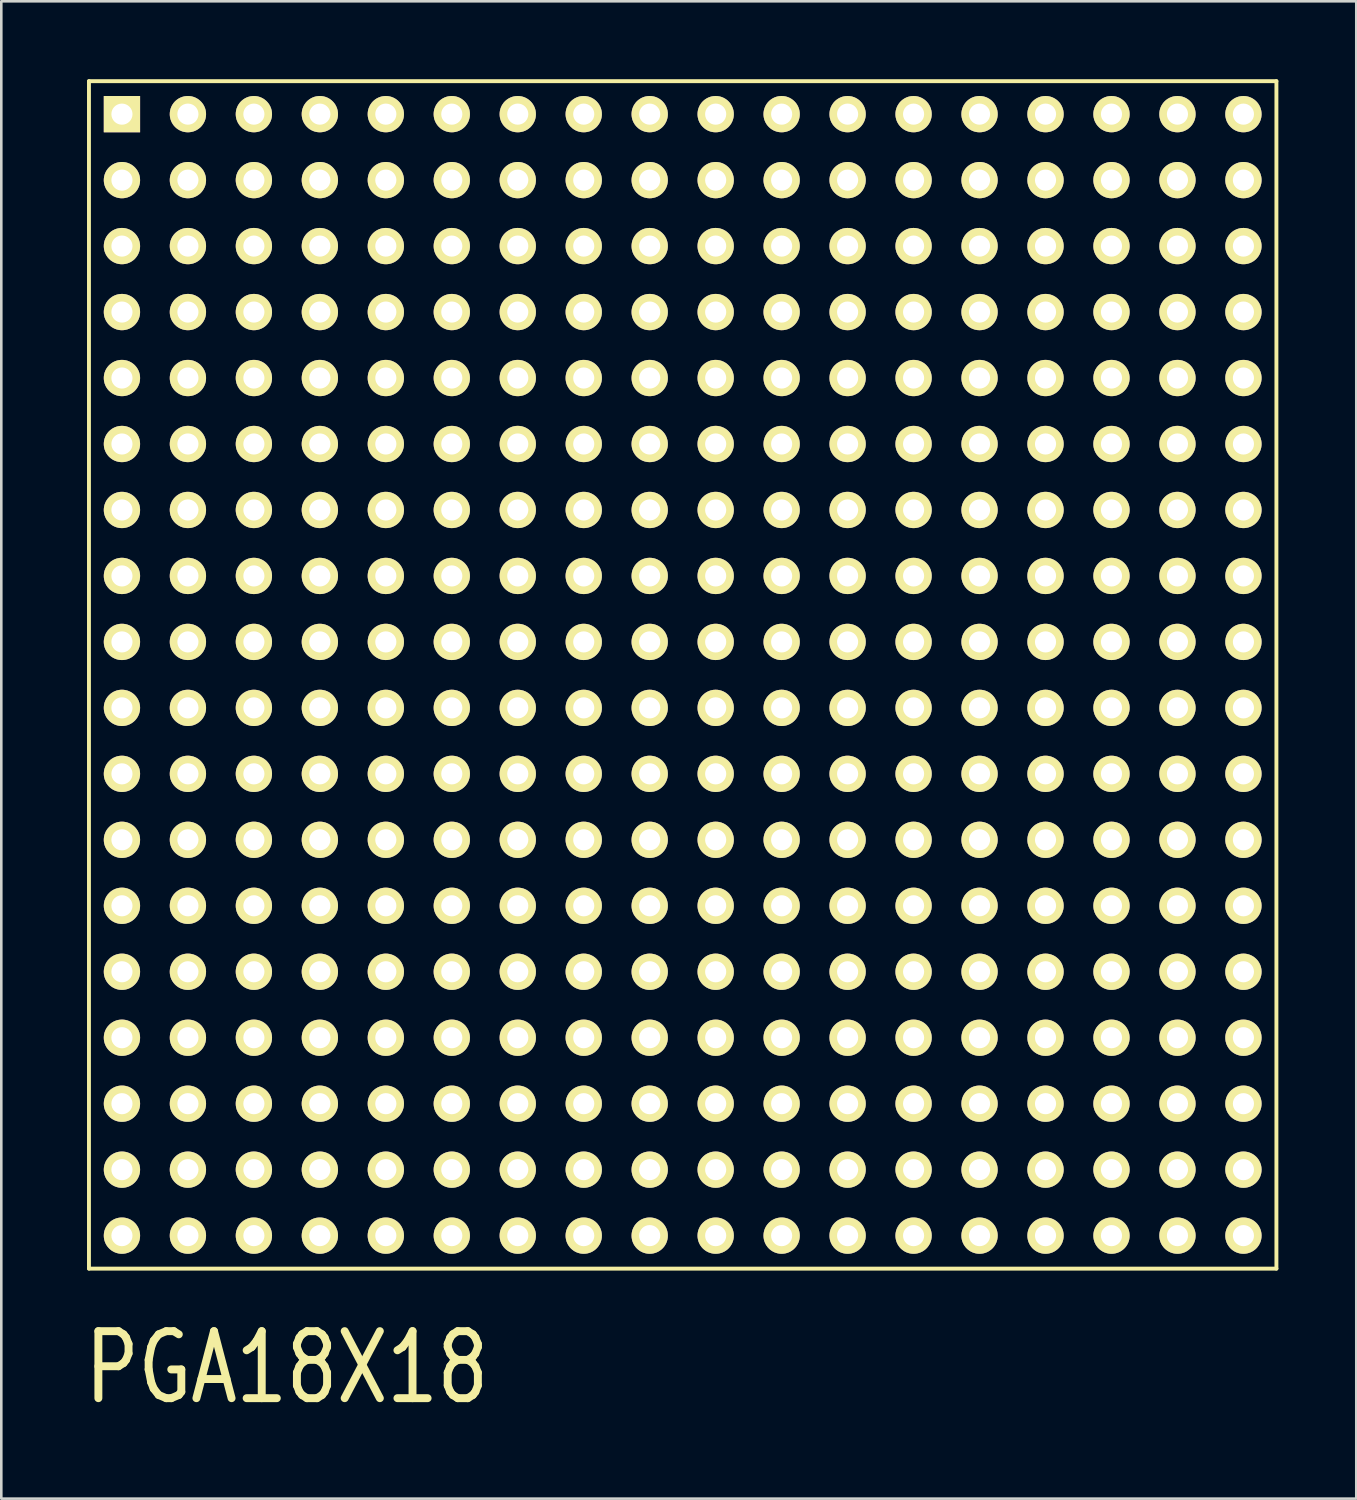
<source format=kicad_pcb>
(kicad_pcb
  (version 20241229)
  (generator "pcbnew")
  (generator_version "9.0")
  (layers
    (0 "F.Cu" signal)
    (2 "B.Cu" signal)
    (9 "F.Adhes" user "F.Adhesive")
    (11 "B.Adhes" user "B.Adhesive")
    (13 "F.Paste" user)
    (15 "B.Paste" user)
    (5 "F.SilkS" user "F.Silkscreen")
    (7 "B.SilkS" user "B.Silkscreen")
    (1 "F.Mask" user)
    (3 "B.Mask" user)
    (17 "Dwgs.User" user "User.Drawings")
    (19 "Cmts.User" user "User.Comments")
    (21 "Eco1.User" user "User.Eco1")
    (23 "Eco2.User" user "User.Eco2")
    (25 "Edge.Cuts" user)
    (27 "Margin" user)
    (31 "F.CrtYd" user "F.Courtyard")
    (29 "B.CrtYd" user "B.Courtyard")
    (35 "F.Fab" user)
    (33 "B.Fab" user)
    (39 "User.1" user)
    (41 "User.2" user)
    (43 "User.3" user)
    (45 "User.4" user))
  (footprint "PGA18X18"
    (layer "F.Cu")
    (at 23.235 22.935)
    (property "Reference" "PGA18X18" (at -15.24 26.67 0) (layer "F.SilkS") (effects (font (size 2.581 2.032) (thickness 0.305))))
    (attr through_hole)
    (fp_line (start -22.86 -22.86) (end 22.86 -22.86) (stroke (width 0.15) (type solid)) (layer "F.SilkS"))
    (fp_line (start -22.86 22.86) (end -22.86 -22.86) (stroke (width 0.15) (type solid)) (layer "F.SilkS"))
    (fp_line (start 22.86 -22.86) (end 22.86 22.86) (stroke (width 0.15) (type solid)) (layer "F.SilkS"))
    (fp_line (start 22.86 22.86) (end -22.86 22.86) (stroke (width 0.15) (type solid)) (layer "F.SilkS"))
    (pad "A1" thru_hole rect (at -21.59 -21.59) (size 1.397 1.397) (drill 0.813) (layers "*.Cu" "*.Mask" "F.SilkS"))
    (pad "A2" thru_hole circle (at -19.05 -21.59) (size 1.397 1.397) (drill 0.813) (layers "*.Cu" "*.Mask" "F.SilkS"))
    (pad "A3" thru_hole circle (at -16.51 -21.59) (size 1.397 1.397) (drill 0.813) (layers "*.Cu" "*.Mask" "F.SilkS"))
    (pad "A4" thru_hole circle (at -13.97 -21.59) (size 1.397 1.397) (drill 0.813) (layers "*.Cu" "*.Mask" "F.SilkS"))
    (pad "A5" thru_hole circle (at -11.43 -21.59) (size 1.397 1.397) (drill 0.813) (layers "*.Cu" "*.Mask" "F.SilkS"))
    (pad "A6" thru_hole circle (at -8.89 -21.59) (size 1.397 1.397) (drill 0.813) (layers "*.Cu" "*.Mask" "F.SilkS"))
    (pad "A7" thru_hole circle (at -6.35 -21.59) (size 1.397 1.397) (drill 0.813) (layers "*.Cu" "*.Mask" "F.SilkS"))
    (pad "A8" thru_hole circle (at -3.81 -21.59) (size 1.397 1.397) (drill 0.813) (layers "*.Cu" "*.Mask" "F.SilkS"))
    (pad "A9" thru_hole circle (at -1.27 -21.59) (size 1.397 1.397) (drill 0.813) (layers "*.Cu" "*.Mask" "F.SilkS"))
    (pad "A10" thru_hole circle (at 1.27 -21.59) (size 1.397 1.397) (drill 0.813) (layers "*.Cu" "*.Mask" "F.SilkS"))
    (pad "A11" thru_hole circle (at 3.81 -21.59) (size 1.397 1.397) (drill 0.813) (layers "*.Cu" "*.Mask" "F.SilkS"))
    (pad "A12" thru_hole circle (at 6.35 -21.59) (size 1.397 1.397) (drill 0.813) (layers "*.Cu" "*.Mask" "F.SilkS"))
    (pad "A13" thru_hole circle (at 8.89 -21.59) (size 1.397 1.397) (drill 0.813) (layers "*.Cu" "*.Mask" "F.SilkS"))
    (pad "A14" thru_hole circle (at 11.43 -21.59) (size 1.397 1.397) (drill 0.813) (layers "*.Cu" "*.Mask" "F.SilkS"))
    (pad "A15" thru_hole circle (at 13.97 -21.59) (size 1.397 1.397) (drill 0.813) (layers "*.Cu" "*.Mask" "F.SilkS"))
    (pad "A16" thru_hole circle (at 16.51 -21.59) (size 1.397 1.397) (drill 0.813) (layers "*.Cu" "*.Mask" "F.SilkS"))
    (pad "A17" thru_hole circle (at 19.05 -21.59) (size 1.397 1.397) (drill 0.813) (layers "*.Cu" "*.Mask" "F.SilkS"))
    (pad "A18" thru_hole circle (at 21.59 -21.59) (size 1.397 1.397) (drill 0.813) (layers "*.Cu" "*.Mask" "F.SilkS"))
    (pad "B1" thru_hole circle (at -21.59 -19.05) (size 1.397 1.397) (drill 0.813) (layers "*.Cu" "*.Mask" "F.SilkS"))
    (pad "B2" thru_hole circle (at -19.05 -19.05) (size 1.397 1.397) (drill 0.813) (layers "*.Cu" "*.Mask" "F.SilkS"))
    (pad "B3" thru_hole circle (at -16.51 -19.05) (size 1.397 1.397) (drill 0.813) (layers "*.Cu" "*.Mask" "F.SilkS"))
    (pad "B4" thru_hole circle (at -13.97 -19.05) (size 1.397 1.397) (drill 0.813) (layers "*.Cu" "*.Mask" "F.SilkS"))
    (pad "B5" thru_hole circle (at -11.43 -19.05) (size 1.397 1.397) (drill 0.813) (layers "*.Cu" "*.Mask" "F.SilkS"))
    (pad "B6" thru_hole circle (at -8.89 -19.05) (size 1.397 1.397) (drill 0.813) (layers "*.Cu" "*.Mask" "F.SilkS"))
    (pad "B7" thru_hole circle (at -6.35 -19.05) (size 1.397 1.397) (drill 0.813) (layers "*.Cu" "*.Mask" "F.SilkS"))
    (pad "B8" thru_hole circle (at -3.81 -19.05) (size 1.397 1.397) (drill 0.813) (layers "*.Cu" "*.Mask" "F.SilkS"))
    (pad "B9" thru_hole circle (at -1.27 -19.05) (size 1.397 1.397) (drill 0.813) (layers "*.Cu" "*.Mask" "F.SilkS"))
    (pad "B10" thru_hole circle (at 1.27 -19.05) (size 1.397 1.397) (drill 0.813) (layers "*.Cu" "*.Mask" "F.SilkS"))
    (pad "B11" thru_hole circle (at 3.81 -19.05) (size 1.397 1.397) (drill 0.813) (layers "*.Cu" "*.Mask" "F.SilkS"))
    (pad "B12" thru_hole circle (at 6.35 -19.05) (size 1.397 1.397) (drill 0.813) (layers "*.Cu" "*.Mask" "F.SilkS"))
    (pad "B13" thru_hole circle (at 8.89 -19.05) (size 1.397 1.397) (drill 0.813) (layers "*.Cu" "*.Mask" "F.SilkS"))
    (pad "B14" thru_hole circle (at 11.43 -19.05) (size 1.397 1.397) (drill 0.813) (layers "*.Cu" "*.Mask" "F.SilkS"))
    (pad "B15" thru_hole circle (at 13.97 -19.05) (size 1.397 1.397) (drill 0.813) (layers "*.Cu" "*.Mask" "F.SilkS"))
    (pad "B16" thru_hole circle (at 16.51 -19.05) (size 1.397 1.397) (drill 0.813) (layers "*.Cu" "*.Mask" "F.SilkS"))
    (pad "B17" thru_hole circle (at 19.05 -19.05) (size 1.397 1.397) (drill 0.813) (layers "*.Cu" "*.Mask" "F.SilkS"))
    (pad "B18" thru_hole circle (at 21.59 -19.05) (size 1.397 1.397) (drill 0.813) (layers "*.Cu" "*.Mask" "F.SilkS"))
    (pad "C1" thru_hole circle (at -21.59 -16.51) (size 1.397 1.397) (drill 0.813) (layers "*.Cu" "*.Mask" "F.SilkS"))
    (pad "C2" thru_hole circle (at -19.05 -16.51) (size 1.397 1.397) (drill 0.813) (layers "*.Cu" "*.Mask" "F.SilkS"))
    (pad "C3" thru_hole circle (at -16.51 -16.51) (size 1.397 1.397) (drill 0.813) (layers "*.Cu" "*.Mask" "F.SilkS"))
    (pad "C4" thru_hole circle (at -13.97 -16.51) (size 1.397 1.397) (drill 0.813) (layers "*.Cu" "*.Mask" "F.SilkS"))
    (pad "C5" thru_hole circle (at -11.43 -16.51) (size 1.397 1.397) (drill 0.813) (layers "*.Cu" "*.Mask" "F.SilkS"))
    (pad "C6" thru_hole circle (at -8.89 -16.51) (size 1.397 1.397) (drill 0.813) (layers "*.Cu" "*.Mask" "F.SilkS"))
    (pad "C7" thru_hole circle (at -6.35 -16.51) (size 1.397 1.397) (drill 0.813) (layers "*.Cu" "*.Mask" "F.SilkS"))
    (pad "C8" thru_hole circle (at -3.81 -16.51) (size 1.397 1.397) (drill 0.813) (layers "*.Cu" "*.Mask" "F.SilkS"))
    (pad "C9" thru_hole circle (at -1.27 -16.51) (size 1.397 1.397) (drill 0.813) (layers "*.Cu" "*.Mask" "F.SilkS"))
    (pad "C10" thru_hole circle (at 1.27 -16.51) (size 1.397 1.397) (drill 0.813) (layers "*.Cu" "*.Mask" "F.SilkS"))
    (pad "C11" thru_hole circle (at 3.81 -16.51) (size 1.397 1.397) (drill 0.813) (layers "*.Cu" "*.Mask" "F.SilkS"))
    (pad "C12" thru_hole circle (at 6.35 -16.51) (size 1.397 1.397) (drill 0.813) (layers "*.Cu" "*.Mask" "F.SilkS"))
    (pad "C13" thru_hole circle (at 8.89 -16.51) (size 1.397 1.397) (drill 0.813) (layers "*.Cu" "*.Mask" "F.SilkS"))
    (pad "C14" thru_hole circle (at 11.43 -16.51) (size 1.397 1.397) (drill 0.813) (layers "*.Cu" "*.Mask" "F.SilkS"))
    (pad "C15" thru_hole circle (at 13.97 -16.51) (size 1.397 1.397) (drill 0.813) (layers "*.Cu" "*.Mask" "F.SilkS"))
    (pad "C16" thru_hole circle (at 16.51 -16.51) (size 1.397 1.397) (drill 0.813) (layers "*.Cu" "*.Mask" "F.SilkS"))
    (pad "C17" thru_hole circle (at 19.05 -16.51) (size 1.397 1.397) (drill 0.813) (layers "*.Cu" "*.Mask" "F.SilkS"))
    (pad "C18" thru_hole circle (at 21.59 -16.51) (size 1.397 1.397) (drill 0.813) (layers "*.Cu" "*.Mask" "F.SilkS"))
    (pad "D1" thru_hole circle (at -21.59 -13.97) (size 1.397 1.397) (drill 0.813) (layers "*.Cu" "*.Mask" "F.SilkS"))
    (pad "D2" thru_hole circle (at -19.05 -13.97) (size 1.397 1.397) (drill 0.813) (layers "*.Cu" "*.Mask" "F.SilkS"))
    (pad "D3" thru_hole circle (at -16.51 -13.97) (size 1.397 1.397) (drill 0.813) (layers "*.Cu" "*.Mask" "F.SilkS"))
    (pad "D4" thru_hole circle (at -13.97 -13.97) (size 1.397 1.397) (drill 0.813) (layers "*.Cu" "*.Mask" "F.SilkS"))
    (pad "D5" thru_hole circle (at -11.43 -13.97) (size 1.397 1.397) (drill 0.813) (layers "*.Cu" "*.Mask" "F.SilkS"))
    (pad "D6" thru_hole circle (at -8.89 -13.97) (size 1.397 1.397) (drill 0.813) (layers "*.Cu" "*.Mask" "F.SilkS"))
    (pad "D7" thru_hole circle (at -6.35 -13.97) (size 1.397 1.397) (drill 0.813) (layers "*.Cu" "*.Mask" "F.SilkS"))
    (pad "D8" thru_hole circle (at -3.81 -13.97) (size 1.397 1.397) (drill 0.813) (layers "*.Cu" "*.Mask" "F.SilkS"))
    (pad "D9" thru_hole circle (at -1.27 -13.97) (size 1.397 1.397) (drill 0.813) (layers "*.Cu" "*.Mask" "F.SilkS"))
    (pad "D10" thru_hole circle (at 1.27 -13.97) (size 1.397 1.397) (drill 0.813) (layers "*.Cu" "*.Mask" "F.SilkS"))
    (pad "D11" thru_hole circle (at 3.81 -13.97) (size 1.397 1.397) (drill 0.813) (layers "*.Cu" "*.Mask" "F.SilkS"))
    (pad "D12" thru_hole circle (at 6.35 -13.97) (size 1.397 1.397) (drill 0.813) (layers "*.Cu" "*.Mask" "F.SilkS"))
    (pad "D13" thru_hole circle (at 8.89 -13.97) (size 1.397 1.397) (drill 0.813) (layers "*.Cu" "*.Mask" "F.SilkS"))
    (pad "D14" thru_hole circle (at 11.43 -13.97) (size 1.397 1.397) (drill 0.813) (layers "*.Cu" "*.Mask" "F.SilkS"))
    (pad "D15" thru_hole circle (at 13.97 -13.97) (size 1.397 1.397) (drill 0.813) (layers "*.Cu" "*.Mask" "F.SilkS"))
    (pad "D16" thru_hole circle (at 16.51 -13.97) (size 1.397 1.397) (drill 0.813) (layers "*.Cu" "*.Mask" "F.SilkS"))
    (pad "D17" thru_hole circle (at 19.05 -13.97) (size 1.397 1.397) (drill 0.813) (layers "*.Cu" "*.Mask" "F.SilkS"))
    (pad "D18" thru_hole circle (at 21.59 -13.97) (size 1.397 1.397) (drill 0.813) (layers "*.Cu" "*.Mask" "F.SilkS"))
    (pad "E1" thru_hole circle (at -21.59 -11.43) (size 1.397 1.397) (drill 0.813) (layers "*.Cu" "*.Mask" "F.SilkS"))
    (pad "E2" thru_hole circle (at -19.05 -11.43) (size 1.397 1.397) (drill 0.813) (layers "*.Cu" "*.Mask" "F.SilkS"))
    (pad "E3" thru_hole circle (at -16.51 -11.43) (size 1.397 1.397) (drill 0.813) (layers "*.Cu" "*.Mask" "F.SilkS"))
    (pad "E4" thru_hole circle (at -13.97 -11.43) (size 1.397 1.397) (drill 0.813) (layers "*.Cu" "*.Mask" "F.SilkS"))
    (pad "E5" thru_hole circle (at -11.43 -11.43) (size 1.397 1.397) (drill 0.813) (layers "*.Cu" "*.Mask" "F.SilkS"))
    (pad "E6" thru_hole circle (at -8.89 -11.43) (size 1.397 1.397) (drill 0.813) (layers "*.Cu" "*.Mask" "F.SilkS"))
    (pad "E7" thru_hole circle (at -6.35 -11.43) (size 1.397 1.397) (drill 0.813) (layers "*.Cu" "*.Mask" "F.SilkS"))
    (pad "E8" thru_hole circle (at -3.81 -11.43) (size 1.397 1.397) (drill 0.813) (layers "*.Cu" "*.Mask" "F.SilkS"))
    (pad "E9" thru_hole circle (at -1.27 -11.43) (size 1.397 1.397) (drill 0.813) (layers "*.Cu" "*.Mask" "F.SilkS"))
    (pad "E10" thru_hole circle (at 1.27 -11.43) (size 1.397 1.397) (drill 0.813) (layers "*.Cu" "*.Mask" "F.SilkS"))
    (pad "E11" thru_hole circle (at 3.81 -11.43) (size 1.397 1.397) (drill 0.813) (layers "*.Cu" "*.Mask" "F.SilkS"))
    (pad "E12" thru_hole circle (at 6.35 -11.43) (size 1.397 1.397) (drill 0.813) (layers "*.Cu" "*.Mask" "F.SilkS"))
    (pad "E13" thru_hole circle (at 8.89 -11.43) (size 1.397 1.397) (drill 0.813) (layers "*.Cu" "*.Mask" "F.SilkS"))
    (pad "E14" thru_hole circle (at 11.43 -11.43) (size 1.397 1.397) (drill 0.813) (layers "*.Cu" "*.Mask" "F.SilkS"))
    (pad "E15" thru_hole circle (at 13.97 -11.43) (size 1.397 1.397) (drill 0.813) (layers "*.Cu" "*.Mask" "F.SilkS"))
    (pad "E16" thru_hole circle (at 16.51 -11.43) (size 1.397 1.397) (drill 0.813) (layers "*.Cu" "*.Mask" "F.SilkS"))
    (pad "E17" thru_hole circle (at 19.05 -11.43) (size 1.397 1.397) (drill 0.813) (layers "*.Cu" "*.Mask" "F.SilkS"))
    (pad "E18" thru_hole circle (at 21.59 -11.43) (size 1.397 1.397) (drill 0.813) (layers "*.Cu" "*.Mask" "F.SilkS"))
    (pad "F1" thru_hole circle (at -21.59 -8.89) (size 1.397 1.397) (drill 0.813) (layers "*.Cu" "*.Mask" "F.SilkS"))
    (pad "F2" thru_hole circle (at -19.05 -8.89) (size 1.397 1.397) (drill 0.813) (layers "*.Cu" "*.Mask" "F.SilkS"))
    (pad "F3" thru_hole circle (at -16.51 -8.89) (size 1.397 1.397) (drill 0.813) (layers "*.Cu" "*.Mask" "F.SilkS"))
    (pad "F4" thru_hole circle (at -13.97 -8.89) (size 1.397 1.397) (drill 0.813) (layers "*.Cu" "*.Mask" "F.SilkS"))
    (pad "F5" thru_hole circle (at -11.43 -8.89) (size 1.397 1.397) (drill 0.813) (layers "*.Cu" "*.Mask" "F.SilkS"))
    (pad "F6" thru_hole circle (at -8.89 -8.89) (size 1.397 1.397) (drill 0.813) (layers "*.Cu" "*.Mask" "F.SilkS"))
    (pad "F7" thru_hole circle (at -6.35 -8.89) (size 1.397 1.397) (drill 0.813) (layers "*.Cu" "*.Mask" "F.SilkS"))
    (pad "F8" thru_hole circle (at -3.81 -8.89) (size 1.397 1.397) (drill 0.813) (layers "*.Cu" "*.Mask" "F.SilkS"))
    (pad "F9" thru_hole circle (at -1.27 -8.89) (size 1.397 1.397) (drill 0.813) (layers "*.Cu" "*.Mask" "F.SilkS"))
    (pad "F10" thru_hole circle (at 1.27 -8.89) (size 1.397 1.397) (drill 0.813) (layers "*.Cu" "*.Mask" "F.SilkS"))
    (pad "F11" thru_hole circle (at 3.81 -8.89) (size 1.397 1.397) (drill 0.813) (layers "*.Cu" "*.Mask" "F.SilkS"))
    (pad "F12" thru_hole circle (at 6.35 -8.89) (size 1.397 1.397) (drill 0.813) (layers "*.Cu" "*.Mask" "F.SilkS"))
    (pad "F13" thru_hole circle (at 8.89 -8.89) (size 1.397 1.397) (drill 0.813) (layers "*.Cu" "*.Mask" "F.SilkS"))
    (pad "F14" thru_hole circle (at 11.43 -8.89) (size 1.397 1.397) (drill 0.813) (layers "*.Cu" "*.Mask" "F.SilkS"))
    (pad "F15" thru_hole circle (at 13.97 -8.89) (size 1.397 1.397) (drill 0.813) (layers "*.Cu" "*.Mask" "F.SilkS"))
    (pad "F16" thru_hole circle (at 16.51 -8.89) (size 1.397 1.397) (drill 0.813) (layers "*.Cu" "*.Mask" "F.SilkS"))
    (pad "F17" thru_hole circle (at 19.05 -8.89) (size 1.397 1.397) (drill 0.813) (layers "*.Cu" "*.Mask" "F.SilkS"))
    (pad "F18" thru_hole circle (at 21.59 -8.89) (size 1.397 1.397) (drill 0.813) (layers "*.Cu" "*.Mask" "F.SilkS"))
    (pad "G1" thru_hole circle (at -21.59 -6.35) (size 1.397 1.397) (drill 0.813) (layers "*.Cu" "*.Mask" "F.SilkS"))
    (pad "G2" thru_hole circle (at -19.05 -6.35) (size 1.397 1.397) (drill 0.813) (layers "*.Cu" "*.Mask" "F.SilkS"))
    (pad "G3" thru_hole circle (at -16.51 -6.35) (size 1.397 1.397) (drill 0.813) (layers "*.Cu" "*.Mask" "F.SilkS"))
    (pad "G4" thru_hole circle (at -13.97 -6.35) (size 1.397 1.397) (drill 0.813) (layers "*.Cu" "*.Mask" "F.SilkS"))
    (pad "G5" thru_hole circle (at -11.43 -6.35) (size 1.397 1.397) (drill 0.813) (layers "*.Cu" "*.Mask" "F.SilkS"))
    (pad "G6" thru_hole circle (at -8.89 -6.35) (size 1.397 1.397) (drill 0.813) (layers "*.Cu" "*.Mask" "F.SilkS"))
    (pad "G7" thru_hole circle (at -6.35 -6.35) (size 1.397 1.397) (drill 0.813) (layers "*.Cu" "*.Mask" "F.SilkS"))
    (pad "G8" thru_hole circle (at -3.81 -6.35) (size 1.397 1.397) (drill 0.813) (layers "*.Cu" "*.Mask" "F.SilkS"))
    (pad "G9" thru_hole circle (at -1.27 -6.35) (size 1.397 1.397) (drill 0.813) (layers "*.Cu" "*.Mask" "F.SilkS"))
    (pad "G10" thru_hole circle (at 1.27 -6.35) (size 1.397 1.397) (drill 0.813) (layers "*.Cu" "*.Mask" "F.SilkS"))
    (pad "G11" thru_hole circle (at 3.81 -6.35) (size 1.397 1.397) (drill 0.813) (layers "*.Cu" "*.Mask" "F.SilkS"))
    (pad "G12" thru_hole circle (at 6.35 -6.35) (size 1.397 1.397) (drill 0.813) (layers "*.Cu" "*.Mask" "F.SilkS"))
    (pad "G13" thru_hole circle (at 8.89 -6.35) (size 1.397 1.397) (drill 0.813) (layers "*.Cu" "*.Mask" "F.SilkS"))
    (pad "G14" thru_hole circle (at 11.43 -6.35) (size 1.397 1.397) (drill 0.813) (layers "*.Cu" "*.Mask" "F.SilkS"))
    (pad "G15" thru_hole circle (at 13.97 -6.35) (size 1.397 1.397) (drill 0.813) (layers "*.Cu" "*.Mask" "F.SilkS"))
    (pad "G16" thru_hole circle (at 16.51 -6.35) (size 1.397 1.397) (drill 0.813) (layers "*.Cu" "*.Mask" "F.SilkS"))
    (pad "G17" thru_hole circle (at 19.05 -6.35) (size 1.397 1.397) (drill 0.813) (layers "*.Cu" "*.Mask" "F.SilkS"))
    (pad "G18" thru_hole circle (at 21.59 -6.35) (size 1.397 1.397) (drill 0.813) (layers "*.Cu" "*.Mask" "F.SilkS"))
    (pad "H1" thru_hole circle (at -21.59 -3.81) (size 1.397 1.397) (drill 0.813) (layers "*.Cu" "*.Mask" "F.SilkS"))
    (pad "H2" thru_hole circle (at -19.05 -3.81) (size 1.397 1.397) (drill 0.813) (layers "*.Cu" "*.Mask" "F.SilkS"))
    (pad "H3" thru_hole circle (at -16.51 -3.81) (size 1.397 1.397) (drill 0.813) (layers "*.Cu" "*.Mask" "F.SilkS"))
    (pad "H4" thru_hole circle (at -13.97 -3.81) (size 1.397 1.397) (drill 0.813) (layers "*.Cu" "*.Mask" "F.SilkS"))
    (pad "H5" thru_hole circle (at -11.43 -3.81) (size 1.397 1.397) (drill 0.813) (layers "*.Cu" "*.Mask" "F.SilkS"))
    (pad "H6" thru_hole circle (at -8.89 -3.81) (size 1.397 1.397) (drill 0.813) (layers "*.Cu" "*.Mask" "F.SilkS"))
    (pad "H7" thru_hole circle (at -6.35 -3.81) (size 1.397 1.397) (drill 0.813) (layers "*.Cu" "*.Mask" "F.SilkS"))
    (pad "H8" thru_hole circle (at -3.81 -3.81) (size 1.397 1.397) (drill 0.813) (layers "*.Cu" "*.Mask" "F.SilkS"))
    (pad "H9" thru_hole circle (at -1.27 -3.81) (size 1.397 1.397) (drill 0.813) (layers "*.Cu" "*.Mask" "F.SilkS"))
    (pad "H10" thru_hole circle (at 1.27 -3.81) (size 1.397 1.397) (drill 0.813) (layers "*.Cu" "*.Mask" "F.SilkS"))
    (pad "H11" thru_hole circle (at 3.81 -3.81) (size 1.397 1.397) (drill 0.813) (layers "*.Cu" "*.Mask" "F.SilkS"))
    (pad "H12" thru_hole circle (at 6.35 -3.81) (size 1.397 1.397) (drill 0.813) (layers "*.Cu" "*.Mask" "F.SilkS"))
    (pad "H13" thru_hole circle (at 8.89 -3.81) (size 1.397 1.397) (drill 0.813) (layers "*.Cu" "*.Mask" "F.SilkS"))
    (pad "H14" thru_hole circle (at 11.43 -3.81) (size 1.397 1.397) (drill 0.813) (layers "*.Cu" "*.Mask" "F.SilkS"))
    (pad "H15" thru_hole circle (at 13.97 -3.81) (size 1.397 1.397) (drill 0.813) (layers "*.Cu" "*.Mask" "F.SilkS"))
    (pad "H16" thru_hole circle (at 16.51 -3.81) (size 1.397 1.397) (drill 0.813) (layers "*.Cu" "*.Mask" "F.SilkS"))
    (pad "H17" thru_hole circle (at 19.05 -3.81) (size 1.397 1.397) (drill 0.813) (layers "*.Cu" "*.Mask" "F.SilkS"))
    (pad "H18" thru_hole circle (at 21.59 -3.81) (size 1.397 1.397) (drill 0.813) (layers "*.Cu" "*.Mask" "F.SilkS"))
    (pad "J1" thru_hole circle (at -21.59 -1.27) (size 1.397 1.397) (drill 0.813) (layers "*.Cu" "*.Mask" "F.SilkS"))
    (pad "J2" thru_hole circle (at -19.05 -1.27) (size 1.397 1.397) (drill 0.813) (layers "*.Cu" "*.Mask" "F.SilkS"))
    (pad "J3" thru_hole circle (at -16.51 -1.27) (size 1.397 1.397) (drill 0.813) (layers "*.Cu" "*.Mask" "F.SilkS"))
    (pad "J4" thru_hole circle (at -13.97 -1.27) (size 1.397 1.397) (drill 0.813) (layers "*.Cu" "*.Mask" "F.SilkS"))
    (pad "J5" thru_hole circle (at -11.43 -1.27) (size 1.397 1.397) (drill 0.813) (layers "*.Cu" "*.Mask" "F.SilkS"))
    (pad "J6" thru_hole circle (at -8.89 -1.27) (size 1.397 1.397) (drill 0.813) (layers "*.Cu" "*.Mask" "F.SilkS"))
    (pad "J7" thru_hole circle (at -6.35 -1.27) (size 1.397 1.397) (drill 0.813) (layers "*.Cu" "*.Mask" "F.SilkS"))
    (pad "J8" thru_hole circle (at -3.81 -1.27) (size 1.397 1.397) (drill 0.813) (layers "*.Cu" "*.Mask" "F.SilkS"))
    (pad "J9" thru_hole circle (at -1.27 -1.27) (size 1.397 1.397) (drill 0.813) (layers "*.Cu" "*.Mask" "F.SilkS"))
    (pad "J10" thru_hole circle (at 1.27 -1.27) (size 1.397 1.397) (drill 0.813) (layers "*.Cu" "*.Mask" "F.SilkS"))
    (pad "J11" thru_hole circle (at 3.81 -1.27) (size 1.397 1.397) (drill 0.813) (layers "*.Cu" "*.Mask" "F.SilkS"))
    (pad "J12" thru_hole circle (at 6.35 -1.27) (size 1.397 1.397) (drill 0.813) (layers "*.Cu" "*.Mask" "F.SilkS"))
    (pad "J13" thru_hole circle (at 8.89 -1.27) (size 1.397 1.397) (drill 0.813) (layers "*.Cu" "*.Mask" "F.SilkS"))
    (pad "J14" thru_hole circle (at 11.43 -1.27) (size 1.397 1.397) (drill 0.813) (layers "*.Cu" "*.Mask" "F.SilkS"))
    (pad "J15" thru_hole circle (at 13.97 -1.27) (size 1.397 1.397) (drill 0.813) (layers "*.Cu" "*.Mask" "F.SilkS"))
    (pad "J16" thru_hole circle (at 16.51 -1.27) (size 1.397 1.397) (drill 0.813) (layers "*.Cu" "*.Mask" "F.SilkS"))
    (pad "J17" thru_hole circle (at 19.05 -1.27) (size 1.397 1.397) (drill 0.813) (layers "*.Cu" "*.Mask" "F.SilkS"))
    (pad "J18" thru_hole circle (at 21.59 -1.27) (size 1.397 1.397) (drill 0.813) (layers "*.Cu" "*.Mask" "F.SilkS"))
    (pad "K1" thru_hole circle (at -21.59 1.27) (size 1.397 1.397) (drill 0.813) (layers "*.Cu" "*.Mask" "F.SilkS"))
    (pad "K2" thru_hole circle (at -19.05 1.27) (size 1.397 1.397) (drill 0.813) (layers "*.Cu" "*.Mask" "F.SilkS"))
    (pad "K3" thru_hole circle (at -16.51 1.27) (size 1.397 1.397) (drill 0.813) (layers "*.Cu" "*.Mask" "F.SilkS"))
    (pad "K4" thru_hole circle (at -13.97 1.27) (size 1.397 1.397) (drill 0.813) (layers "*.Cu" "*.Mask" "F.SilkS"))
    (pad "K5" thru_hole circle (at -11.43 1.27) (size 1.397 1.397) (drill 0.813) (layers "*.Cu" "*.Mask" "F.SilkS"))
    (pad "K6" thru_hole circle (at -8.89 1.27) (size 1.397 1.397) (drill 0.813) (layers "*.Cu" "*.Mask" "F.SilkS"))
    (pad "K7" thru_hole circle (at -6.35 1.27) (size 1.397 1.397) (drill 0.813) (layers "*.Cu" "*.Mask" "F.SilkS"))
    (pad "K8" thru_hole circle (at -3.81 1.27) (size 1.397 1.397) (drill 0.813) (layers "*.Cu" "*.Mask" "F.SilkS"))
    (pad "K9" thru_hole circle (at -1.27 1.27) (size 1.397 1.397) (drill 0.813) (layers "*.Cu" "*.Mask" "F.SilkS"))
    (pad "K10" thru_hole circle (at 1.27 1.27) (size 1.397 1.397) (drill 0.813) (layers "*.Cu" "*.Mask" "F.SilkS"))
    (pad "K11" thru_hole circle (at 3.81 1.27) (size 1.397 1.397) (drill 0.813) (layers "*.Cu" "*.Mask" "F.SilkS"))
    (pad "K12" thru_hole circle (at 6.35 1.27) (size 1.397 1.397) (drill 0.813) (layers "*.Cu" "*.Mask" "F.SilkS"))
    (pad "K13" thru_hole circle (at 8.89 1.27) (size 1.397 1.397) (drill 0.813) (layers "*.Cu" "*.Mask" "F.SilkS"))
    (pad "K14" thru_hole circle (at 11.43 1.27) (size 1.397 1.397) (drill 0.813) (layers "*.Cu" "*.Mask" "F.SilkS"))
    (pad "K15" thru_hole circle (at 13.97 1.27) (size 1.397 1.397) (drill 0.813) (layers "*.Cu" "*.Mask" "F.SilkS"))
    (pad "K16" thru_hole circle (at 16.51 1.27) (size 1.397 1.397) (drill 0.813) (layers "*.Cu" "*.Mask" "F.SilkS"))
    (pad "K17" thru_hole circle (at 19.05 1.27) (size 1.397 1.397) (drill 0.813) (layers "*.Cu" "*.Mask" "F.SilkS"))
    (pad "K18" thru_hole circle (at 21.59 1.27) (size 1.397 1.397) (drill 0.813) (layers "*.Cu" "*.Mask" "F.SilkS"))
    (pad "L1" thru_hole circle (at -21.59 3.81) (size 1.397 1.397) (drill 0.813) (layers "*.Cu" "*.Mask" "F.SilkS"))
    (pad "L2" thru_hole circle (at -19.05 3.81) (size 1.397 1.397) (drill 0.813) (layers "*.Cu" "*.Mask" "F.SilkS"))
    (pad "L3" thru_hole circle (at -16.51 3.81) (size 1.397 1.397) (drill 0.813) (layers "*.Cu" "*.Mask" "F.SilkS"))
    (pad "L4" thru_hole circle (at -13.97 3.81) (size 1.397 1.397) (drill 0.813) (layers "*.Cu" "*.Mask" "F.SilkS"))
    (pad "L5" thru_hole circle (at -11.43 3.81) (size 1.397 1.397) (drill 0.813) (layers "*.Cu" "*.Mask" "F.SilkS"))
    (pad "L6" thru_hole circle (at -8.89 3.81) (size 1.397 1.397) (drill 0.813) (layers "*.Cu" "*.Mask" "F.SilkS"))
    (pad "L7" thru_hole circle (at -6.35 3.81) (size 1.397 1.397) (drill 0.813) (layers "*.Cu" "*.Mask" "F.SilkS"))
    (pad "L8" thru_hole circle (at -3.81 3.81) (size 1.397 1.397) (drill 0.813) (layers "*.Cu" "*.Mask" "F.SilkS"))
    (pad "L9" thru_hole circle (at -1.27 3.81) (size 1.397 1.397) (drill 0.813) (layers "*.Cu" "*.Mask" "F.SilkS"))
    (pad "L10" thru_hole circle (at 1.27 3.81) (size 1.397 1.397) (drill 0.813) (layers "*.Cu" "*.Mask" "F.SilkS"))
    (pad "L11" thru_hole circle (at 3.81 3.81) (size 1.397 1.397) (drill 0.813) (layers "*.Cu" "*.Mask" "F.SilkS"))
    (pad "L12" thru_hole circle (at 6.35 3.81) (size 1.397 1.397) (drill 0.813) (layers "*.Cu" "*.Mask" "F.SilkS"))
    (pad "L13" thru_hole circle (at 8.89 3.81) (size 1.397 1.397) (drill 0.813) (layers "*.Cu" "*.Mask" "F.SilkS"))
    (pad "L14" thru_hole circle (at 11.43 3.81) (size 1.397 1.397) (drill 0.813) (layers "*.Cu" "*.Mask" "F.SilkS"))
    (pad "L15" thru_hole circle (at 13.97 3.81) (size 1.397 1.397) (drill 0.813) (layers "*.Cu" "*.Mask" "F.SilkS"))
    (pad "L16" thru_hole circle (at 16.51 3.81) (size 1.397 1.397) (drill 0.813) (layers "*.Cu" "*.Mask" "F.SilkS"))
    (pad "L17" thru_hole circle (at 19.05 3.81) (size 1.397 1.397) (drill 0.813) (layers "*.Cu" "*.Mask" "F.SilkS"))
    (pad "L18" thru_hole circle (at 21.59 3.81) (size 1.397 1.397) (drill 0.813) (layers "*.Cu" "*.Mask" "F.SilkS"))
    (pad "M1" thru_hole circle (at -21.59 6.35) (size 1.397 1.397) (drill 0.813) (layers "*.Cu" "*.Mask" "F.SilkS"))
    (pad "M2" thru_hole circle (at -19.05 6.35) (size 1.397 1.397) (drill 0.813) (layers "*.Cu" "*.Mask" "F.SilkS"))
    (pad "M3" thru_hole circle (at -16.51 6.35) (size 1.397 1.397) (drill 0.813) (layers "*.Cu" "*.Mask" "F.SilkS"))
    (pad "M4" thru_hole circle (at -13.97 6.35) (size 1.397 1.397) (drill 0.813) (layers "*.Cu" "*.Mask" "F.SilkS"))
    (pad "M5" thru_hole circle (at -11.43 6.35) (size 1.397 1.397) (drill 0.813) (layers "*.Cu" "*.Mask" "F.SilkS"))
    (pad "M6" thru_hole circle (at -8.89 6.35) (size 1.397 1.397) (drill 0.813) (layers "*.Cu" "*.Mask" "F.SilkS"))
    (pad "M7" thru_hole circle (at -6.35 6.35) (size 1.397 1.397) (drill 0.813) (layers "*.Cu" "*.Mask" "F.SilkS"))
    (pad "M8" thru_hole circle (at -3.81 6.35) (size 1.397 1.397) (drill 0.813) (layers "*.Cu" "*.Mask" "F.SilkS"))
    (pad "M9" thru_hole circle (at -1.27 6.35) (size 1.397 1.397) (drill 0.813) (layers "*.Cu" "*.Mask" "F.SilkS"))
    (pad "M10" thru_hole circle (at 1.27 6.35) (size 1.397 1.397) (drill 0.813) (layers "*.Cu" "*.Mask" "F.SilkS"))
    (pad "M11" thru_hole circle (at 3.81 6.35) (size 1.397 1.397) (drill 0.813) (layers "*.Cu" "*.Mask" "F.SilkS"))
    (pad "M12" thru_hole circle (at 6.35 6.35) (size 1.397 1.397) (drill 0.813) (layers "*.Cu" "*.Mask" "F.SilkS"))
    (pad "M13" thru_hole circle (at 8.89 6.35) (size 1.397 1.397) (drill 0.813) (layers "*.Cu" "*.Mask" "F.SilkS"))
    (pad "M14" thru_hole circle (at 11.43 6.35) (size 1.397 1.397) (drill 0.813) (layers "*.Cu" "*.Mask" "F.SilkS"))
    (pad "M15" thru_hole circle (at 13.97 6.35) (size 1.397 1.397) (drill 0.813) (layers "*.Cu" "*.Mask" "F.SilkS"))
    (pad "M16" thru_hole circle (at 16.51 6.35) (size 1.397 1.397) (drill 0.813) (layers "*.Cu" "*.Mask" "F.SilkS"))
    (pad "M17" thru_hole circle (at 19.05 6.35) (size 1.397 1.397) (drill 0.813) (layers "*.Cu" "*.Mask" "F.SilkS"))
    (pad "M18" thru_hole circle (at 21.59 6.35) (size 1.397 1.397) (drill 0.813) (layers "*.Cu" "*.Mask" "F.SilkS"))
    (pad "N1" thru_hole circle (at -21.59 8.89) (size 1.397 1.397) (drill 0.813) (layers "*.Cu" "*.Mask" "F.SilkS"))
    (pad "N2" thru_hole circle (at -19.05 8.89) (size 1.397 1.397) (drill 0.813) (layers "*.Cu" "*.Mask" "F.SilkS"))
    (pad "N3" thru_hole circle (at -16.51 8.89) (size 1.397 1.397) (drill 0.813) (layers "*.Cu" "*.Mask" "F.SilkS"))
    (pad "N4" thru_hole circle (at -13.97 8.89) (size 1.397 1.397) (drill 0.813) (layers "*.Cu" "*.Mask" "F.SilkS"))
    (pad "N5" thru_hole circle (at -11.43 8.89) (size 1.397 1.397) (drill 0.813) (layers "*.Cu" "*.Mask" "F.SilkS"))
    (pad "N6" thru_hole circle (at -8.89 8.89) (size 1.397 1.397) (drill 0.813) (layers "*.Cu" "*.Mask" "F.SilkS"))
    (pad "N7" thru_hole circle (at -6.35 8.89) (size 1.397 1.397) (drill 0.813) (layers "*.Cu" "*.Mask" "F.SilkS"))
    (pad "N8" thru_hole circle (at -3.81 8.89) (size 1.397 1.397) (drill 0.813) (layers "*.Cu" "*.Mask" "F.SilkS"))
    (pad "N9" thru_hole circle (at -1.27 8.89) (size 1.397 1.397) (drill 0.813) (layers "*.Cu" "*.Mask" "F.SilkS"))
    (pad "N10" thru_hole circle (at 1.27 8.89) (size 1.397 1.397) (drill 0.813) (layers "*.Cu" "*.Mask" "F.SilkS"))
    (pad "N11" thru_hole circle (at 3.81 8.89) (size 1.397 1.397) (drill 0.813) (layers "*.Cu" "*.Mask" "F.SilkS"))
    (pad "N12" thru_hole circle (at 6.35 8.89) (size 1.397 1.397) (drill 0.813) (layers "*.Cu" "*.Mask" "F.SilkS"))
    (pad "N13" thru_hole circle (at 8.89 8.89) (size 1.397 1.397) (drill 0.813) (layers "*.Cu" "*.Mask" "F.SilkS"))
    (pad "N14" thru_hole circle (at 11.43 8.89) (size 1.397 1.397) (drill 0.813) (layers "*.Cu" "*.Mask" "F.SilkS"))
    (pad "N15" thru_hole circle (at 13.97 8.89) (size 1.397 1.397) (drill 0.813) (layers "*.Cu" "*.Mask" "F.SilkS"))
    (pad "N16" thru_hole circle (at 16.51 8.89) (size 1.397 1.397) (drill 0.813) (layers "*.Cu" "*.Mask" "F.SilkS"))
    (pad "N17" thru_hole circle (at 19.05 8.89) (size 1.397 1.397) (drill 0.813) (layers "*.Cu" "*.Mask" "F.SilkS"))
    (pad "N18" thru_hole circle (at 21.59 8.89) (size 1.397 1.397) (drill 0.813) (layers "*.Cu" "*.Mask" "F.SilkS"))
    (pad "P1" thru_hole circle (at -21.59 11.43) (size 1.397 1.397) (drill 0.813) (layers "*.Cu" "*.Mask" "F.SilkS"))
    (pad "P2" thru_hole circle (at -19.05 11.43) (size 1.397 1.397) (drill 0.813) (layers "*.Cu" "*.Mask" "F.SilkS"))
    (pad "P3" thru_hole circle (at -16.51 11.43) (size 1.397 1.397) (drill 0.813) (layers "*.Cu" "*.Mask" "F.SilkS"))
    (pad "P4" thru_hole circle (at -13.97 11.43) (size 1.397 1.397) (drill 0.813) (layers "*.Cu" "*.Mask" "F.SilkS"))
    (pad "P5" thru_hole circle (at -11.43 11.43) (size 1.397 1.397) (drill 0.813) (layers "*.Cu" "*.Mask" "F.SilkS"))
    (pad "P6" thru_hole circle (at -8.89 11.43) (size 1.397 1.397) (drill 0.813) (layers "*.Cu" "*.Mask" "F.SilkS"))
    (pad "P7" thru_hole circle (at -6.35 11.43) (size 1.397 1.397) (drill 0.813) (layers "*.Cu" "*.Mask" "F.SilkS"))
    (pad "P8" thru_hole circle (at -3.81 11.43) (size 1.397 1.397) (drill 0.813) (layers "*.Cu" "*.Mask" "F.SilkS"))
    (pad "P9" thru_hole circle (at -1.27 11.43) (size 1.397 1.397) (drill 0.813) (layers "*.Cu" "*.Mask" "F.SilkS"))
    (pad "P10" thru_hole circle (at 1.27 11.43) (size 1.397 1.397) (drill 0.813) (layers "*.Cu" "*.Mask" "F.SilkS"))
    (pad "P11" thru_hole circle (at 3.81 11.43) (size 1.397 1.397) (drill 0.813) (layers "*.Cu" "*.Mask" "F.SilkS"))
    (pad "P12" thru_hole circle (at 6.35 11.43) (size 1.397 1.397) (drill 0.813) (layers "*.Cu" "*.Mask" "F.SilkS"))
    (pad "P13" thru_hole circle (at 8.89 11.43) (size 1.397 1.397) (drill 0.813) (layers "*.Cu" "*.Mask" "F.SilkS"))
    (pad "P14" thru_hole circle (at 11.43 11.43) (size 1.397 1.397) (drill 0.813) (layers "*.Cu" "*.Mask" "F.SilkS"))
    (pad "P15" thru_hole circle (at 13.97 11.43) (size 1.397 1.397) (drill 0.813) (layers "*.Cu" "*.Mask" "F.SilkS"))
    (pad "P16" thru_hole circle (at 16.51 11.43) (size 1.397 1.397) (drill 0.813) (layers "*.Cu" "*.Mask" "F.SilkS"))
    (pad "P17" thru_hole circle (at 19.05 11.43) (size 1.397 1.397) (drill 0.813) (layers "*.Cu" "*.Mask" "F.SilkS"))
    (pad "P18" thru_hole circle (at 21.59 11.43) (size 1.397 1.397) (drill 0.813) (layers "*.Cu" "*.Mask" "F.SilkS"))
    (pad "R1" thru_hole circle (at -21.59 13.97) (size 1.397 1.397) (drill 0.813) (layers "*.Cu" "*.Mask" "F.SilkS"))
    (pad "R2" thru_hole circle (at -19.05 13.97) (size 1.397 1.397) (drill 0.813) (layers "*.Cu" "*.Mask" "F.SilkS"))
    (pad "R3" thru_hole circle (at -16.51 13.97) (size 1.397 1.397) (drill 0.813) (layers "*.Cu" "*.Mask" "F.SilkS"))
    (pad "R4" thru_hole circle (at -13.97 13.97) (size 1.397 1.397) (drill 0.813) (layers "*.Cu" "*.Mask" "F.SilkS"))
    (pad "R5" thru_hole circle (at -11.43 13.97) (size 1.397 1.397) (drill 0.813) (layers "*.Cu" "*.Mask" "F.SilkS"))
    (pad "R6" thru_hole circle (at -8.89 13.97) (size 1.397 1.397) (drill 0.813) (layers "*.Cu" "*.Mask" "F.SilkS"))
    (pad "R7" thru_hole circle (at -6.35 13.97) (size 1.397 1.397) (drill 0.813) (layers "*.Cu" "*.Mask" "F.SilkS"))
    (pad "R8" thru_hole circle (at -3.81 13.97) (size 1.397 1.397) (drill 0.813) (layers "*.Cu" "*.Mask" "F.SilkS"))
    (pad "R9" thru_hole circle (at -1.27 13.97) (size 1.397 1.397) (drill 0.813) (layers "*.Cu" "*.Mask" "F.SilkS"))
    (pad "R10" thru_hole circle (at 1.27 13.97) (size 1.397 1.397) (drill 0.813) (layers "*.Cu" "*.Mask" "F.SilkS"))
    (pad "R11" thru_hole circle (at 3.81 13.97) (size 1.397 1.397) (drill 0.813) (layers "*.Cu" "*.Mask" "F.SilkS"))
    (pad "R12" thru_hole circle (at 6.35 13.97) (size 1.397 1.397) (drill 0.813) (layers "*.Cu" "*.Mask" "F.SilkS"))
    (pad "R13" thru_hole circle (at 8.89 13.97) (size 1.397 1.397) (drill 0.813) (layers "*.Cu" "*.Mask" "F.SilkS"))
    (pad "R14" thru_hole circle (at 11.43 13.97) (size 1.397 1.397) (drill 0.813) (layers "*.Cu" "*.Mask" "F.SilkS"))
    (pad "R15" thru_hole circle (at 13.97 13.97) (size 1.397 1.397) (drill 0.813) (layers "*.Cu" "*.Mask" "F.SilkS"))
    (pad "R16" thru_hole circle (at 16.51 13.97) (size 1.397 1.397) (drill 0.813) (layers "*.Cu" "*.Mask" "F.SilkS"))
    (pad "R17" thru_hole circle (at 19.05 13.97) (size 1.397 1.397) (drill 0.813) (layers "*.Cu" "*.Mask" "F.SilkS"))
    (pad "R18" thru_hole circle (at 21.59 13.97) (size 1.397 1.397) (drill 0.813) (layers "*.Cu" "*.Mask" "F.SilkS"))
    (pad "T1" thru_hole circle (at -21.59 16.51) (size 1.397 1.397) (drill 0.813) (layers "*.Cu" "*.Mask" "F.SilkS"))
    (pad "T2" thru_hole circle (at -19.05 16.51) (size 1.397 1.397) (drill 0.813) (layers "*.Cu" "*.Mask" "F.SilkS"))
    (pad "T3" thru_hole circle (at -16.51 16.51) (size 1.397 1.397) (drill 0.813) (layers "*.Cu" "*.Mask" "F.SilkS"))
    (pad "T4" thru_hole circle (at -13.97 16.51) (size 1.397 1.397) (drill 0.813) (layers "*.Cu" "*.Mask" "F.SilkS"))
    (pad "T5" thru_hole circle (at -11.43 16.51) (size 1.397 1.397) (drill 0.813) (layers "*.Cu" "*.Mask" "F.SilkS"))
    (pad "T6" thru_hole circle (at -8.89 16.51) (size 1.397 1.397) (drill 0.813) (layers "*.Cu" "*.Mask" "F.SilkS"))
    (pad "T7" thru_hole circle (at -6.35 16.51) (size 1.397 1.397) (drill 0.813) (layers "*.Cu" "*.Mask" "F.SilkS"))
    (pad "T8" thru_hole circle (at -3.81 16.51) (size 1.397 1.397) (drill 0.813) (layers "*.Cu" "*.Mask" "F.SilkS"))
    (pad "T9" thru_hole circle (at -1.27 16.51) (size 1.397 1.397) (drill 0.813) (layers "*.Cu" "*.Mask" "F.SilkS"))
    (pad "T10" thru_hole circle (at 1.27 16.51) (size 1.397 1.397) (drill 0.813) (layers "*.Cu" "*.Mask" "F.SilkS"))
    (pad "T11" thru_hole circle (at 3.81 16.51) (size 1.397 1.397) (drill 0.813) (layers "*.Cu" "*.Mask" "F.SilkS"))
    (pad "T12" thru_hole circle (at 6.35 16.51) (size 1.397 1.397) (drill 0.813) (layers "*.Cu" "*.Mask" "F.SilkS"))
    (pad "T13" thru_hole circle (at 8.89 16.51) (size 1.397 1.397) (drill 0.813) (layers "*.Cu" "*.Mask" "F.SilkS"))
    (pad "T14" thru_hole circle (at 11.43 16.51) (size 1.397 1.397) (drill 0.813) (layers "*.Cu" "*.Mask" "F.SilkS"))
    (pad "T15" thru_hole circle (at 13.97 16.51) (size 1.397 1.397) (drill 0.813) (layers "*.Cu" "*.Mask" "F.SilkS"))
    (pad "T16" thru_hole circle (at 16.51 16.51) (size 1.397 1.397) (drill 0.813) (layers "*.Cu" "*.Mask" "F.SilkS"))
    (pad "T17" thru_hole circle (at 19.05 16.51) (size 1.397 1.397) (drill 0.813) (layers "*.Cu" "*.Mask" "F.SilkS"))
    (pad "T18" thru_hole circle (at 21.59 16.51) (size 1.397 1.397) (drill 0.813) (layers "*.Cu" "*.Mask" "F.SilkS"))
    (pad "U1" thru_hole circle (at -21.59 19.05) (size 1.397 1.397) (drill 0.813) (layers "*.Cu" "*.Mask" "F.SilkS"))
    (pad "U2" thru_hole circle (at -19.05 19.05) (size 1.397 1.397) (drill 0.813) (layers "*.Cu" "*.Mask" "F.SilkS"))
    (pad "U3" thru_hole circle (at -16.51 19.05) (size 1.397 1.397) (drill 0.813) (layers "*.Cu" "*.Mask" "F.SilkS"))
    (pad "U4" thru_hole circle (at -13.97 19.05) (size 1.397 1.397) (drill 0.813) (layers "*.Cu" "*.Mask" "F.SilkS"))
    (pad "U5" thru_hole circle (at -11.43 19.05) (size 1.397 1.397) (drill 0.813) (layers "*.Cu" "*.Mask" "F.SilkS"))
    (pad "U6" thru_hole circle (at -8.89 19.05) (size 1.397 1.397) (drill 0.813) (layers "*.Cu" "*.Mask" "F.SilkS"))
    (pad "U7" thru_hole circle (at -6.35 19.05) (size 1.397 1.397) (drill 0.813) (layers "*.Cu" "*.Mask" "F.SilkS"))
    (pad "U8" thru_hole circle (at -3.81 19.05) (size 1.397 1.397) (drill 0.813) (layers "*.Cu" "*.Mask" "F.SilkS"))
    (pad "U9" thru_hole circle (at -1.27 19.05) (size 1.397 1.397) (drill 0.813) (layers "*.Cu" "*.Mask" "F.SilkS"))
    (pad "U10" thru_hole circle (at 1.27 19.05) (size 1.397 1.397) (drill 0.813) (layers "*.Cu" "*.Mask" "F.SilkS"))
    (pad "U11" thru_hole circle (at 3.81 19.05) (size 1.397 1.397) (drill 0.813) (layers "*.Cu" "*.Mask" "F.SilkS"))
    (pad "U12" thru_hole circle (at 6.35 19.05) (size 1.397 1.397) (drill 0.813) (layers "*.Cu" "*.Mask" "F.SilkS"))
    (pad "U13" thru_hole circle (at 8.89 19.05) (size 1.397 1.397) (drill 0.813) (layers "*.Cu" "*.Mask" "F.SilkS"))
    (pad "U14" thru_hole circle (at 11.43 19.05) (size 1.397 1.397) (drill 0.813) (layers "*.Cu" "*.Mask" "F.SilkS"))
    (pad "U15" thru_hole circle (at 13.97 19.05) (size 1.397 1.397) (drill 0.813) (layers "*.Cu" "*.Mask" "F.SilkS"))
    (pad "U16" thru_hole circle (at 16.51 19.05) (size 1.397 1.397) (drill 0.813) (layers "*.Cu" "*.Mask" "F.SilkS"))
    (pad "U17" thru_hole circle (at 19.05 19.05) (size 1.397 1.397) (drill 0.813) (layers "*.Cu" "*.Mask" "F.SilkS"))
    (pad "U18" thru_hole circle (at 21.59 19.05) (size 1.397 1.397) (drill 0.813) (layers "*.Cu" "*.Mask" "F.SilkS"))
    (pad "V1" thru_hole circle (at -21.59 21.59) (size 1.397 1.397) (drill 0.813) (layers "*.Cu" "*.Mask" "F.SilkS"))
    (pad "V2" thru_hole circle (at -19.05 21.59) (size 1.397 1.397) (drill 0.813) (layers "*.Cu" "*.Mask" "F.SilkS"))
    (pad "V3" thru_hole circle (at -16.51 21.59) (size 1.397 1.397) (drill 0.813) (layers "*.Cu" "*.Mask" "F.SilkS"))
    (pad "V4" thru_hole circle (at -13.97 21.59) (size 1.397 1.397) (drill 0.813) (layers "*.Cu" "*.Mask" "F.SilkS"))
    (pad "V5" thru_hole circle (at -11.43 21.59) (size 1.397 1.397) (drill 0.813) (layers "*.Cu" "*.Mask" "F.SilkS"))
    (pad "V6" thru_hole circle (at -8.89 21.59) (size 1.397 1.397) (drill 0.813) (layers "*.Cu" "*.Mask" "F.SilkS"))
    (pad "V7" thru_hole circle (at -6.35 21.59) (size 1.397 1.397) (drill 0.813) (layers "*.Cu" "*.Mask" "F.SilkS"))
    (pad "V8" thru_hole circle (at -3.81 21.59) (size 1.397 1.397) (drill 0.813) (layers "*.Cu" "*.Mask" "F.SilkS"))
    (pad "V9" thru_hole circle (at -1.27 21.59) (size 1.397 1.397) (drill 0.813) (layers "*.Cu" "*.Mask" "F.SilkS"))
    (pad "V10" thru_hole circle (at 1.27 21.59) (size 1.397 1.397) (drill 0.813) (layers "*.Cu" "*.Mask" "F.SilkS"))
    (pad "V11" thru_hole circle (at 3.81 21.59) (size 1.397 1.397) (drill 0.813) (layers "*.Cu" "*.Mask" "F.SilkS"))
    (pad "V12" thru_hole circle (at 6.35 21.59) (size 1.397 1.397) (drill 0.813) (layers "*.Cu" "*.Mask" "F.SilkS"))
    (pad "V13" thru_hole circle (at 8.89 21.59) (size 1.397 1.397) (drill 0.813) (layers "*.Cu" "*.Mask" "F.SilkS"))
    (pad "V14" thru_hole circle (at 11.43 21.59) (size 1.397 1.397) (drill 0.813) (layers "*.Cu" "*.Mask" "F.SilkS"))
    (pad "V15" thru_hole circle (at 13.97 21.59) (size 1.397 1.397) (drill 0.813) (layers "*.Cu" "*.Mask" "F.SilkS"))
    (pad "V16" thru_hole circle (at 16.51 21.59) (size 1.397 1.397) (drill 0.813) (layers "*.Cu" "*.Mask" "F.SilkS"))
    (pad "V17" thru_hole circle (at 19.05 21.59) (size 1.397 1.397) (drill 0.813) (layers "*.Cu" "*.Mask" "F.SilkS"))
    (pad "V18" thru_hole circle (at 21.59 21.59) (size 1.397 1.397) (drill 0.813) (layers "*.Cu" "*.Mask" "F.SilkS")))
  (gr_rect
    (start -3 -3)
    (end 49.17 54.65)
    (stroke (width 0.1) (type default))
    (fill no)
    (layer "Edge.Cuts")))
</source>
